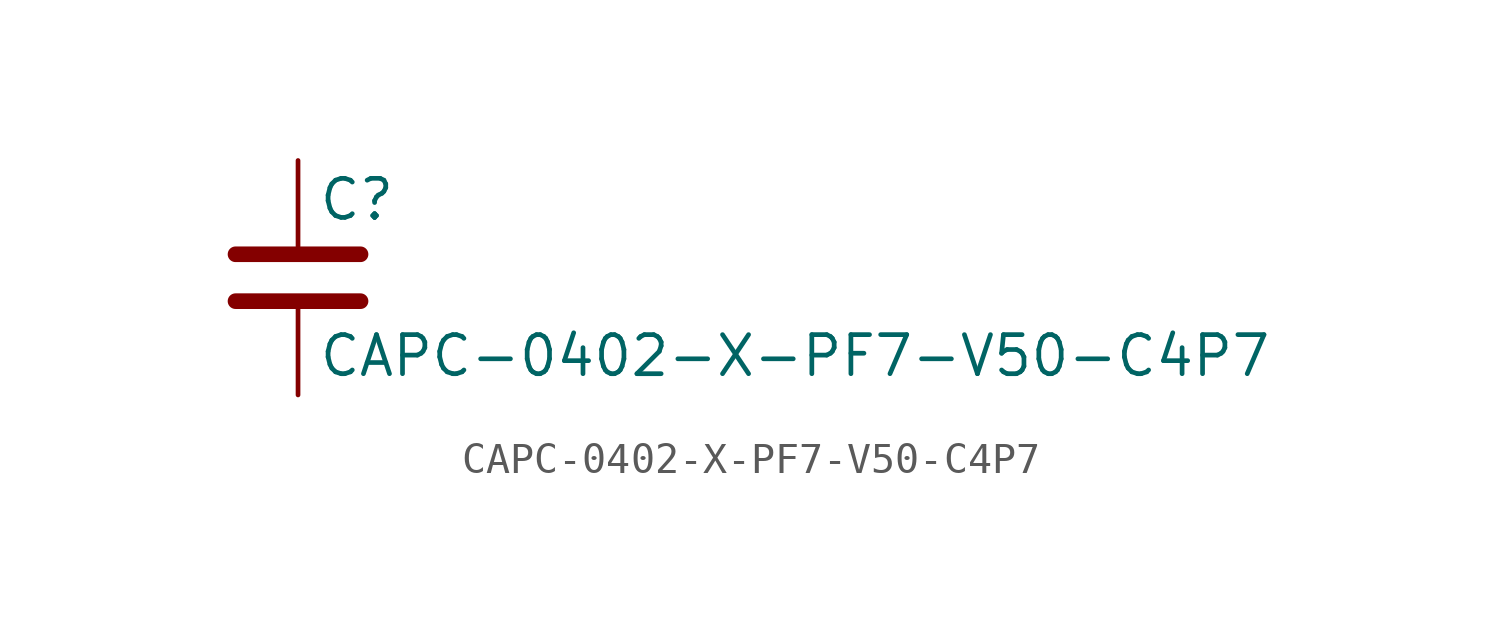
<source format=kicad_sym>
(kicad_symbol_lib
  (version 20211014)
  (generator kicad_symbol_editor)
  (symbol "CAPC-0402-X-PF7-V50-C4P7"
    (pin_numbers hide)
    (pin_names
      (offset 0.254))
    (property "Reference" "C"
      (at 0.635 2.54 0)
      (effects (font (size 1.27 1.27)) (justify left)))
    (property "Value" "CAPC-0402-X-PF7-V50-C4P7"
      (at 0.635 -2.54 0)
      (effects (font (size 1.27 1.27)) (justify left)))
    (symbol "CAPC-0402-X-PF7-V50-C4P7_0_1"
      (polyline (pts (xy -2.032 -0.762) (xy 2.032 -0.762)) (stroke (width 0.508) (type default) (color 0 0 0 0)) (fill (type none)))
      (polyline (pts (xy -2.032 0.762) (xy 2.032 0.762)) (stroke (width 0.508) (type default) (color 0 0 0 0)) (fill (type none))))
    (symbol "CAPC-0402-X-PF7-V50-C4P7_1_1"
      (pin passive line (at 0 3.81 270) (length 2.794) (name "~" (effects (font (size 1.27 1.27)))) (number "1" (effects (font (size 1.27 1.27)))))
      (pin passive line (at 0 -3.81 90) (length 2.794) (name "~" (effects (font (size 1.27 1.27)))) (number "2" (effects (font (size 1.27 1.27))))))))
</source>
